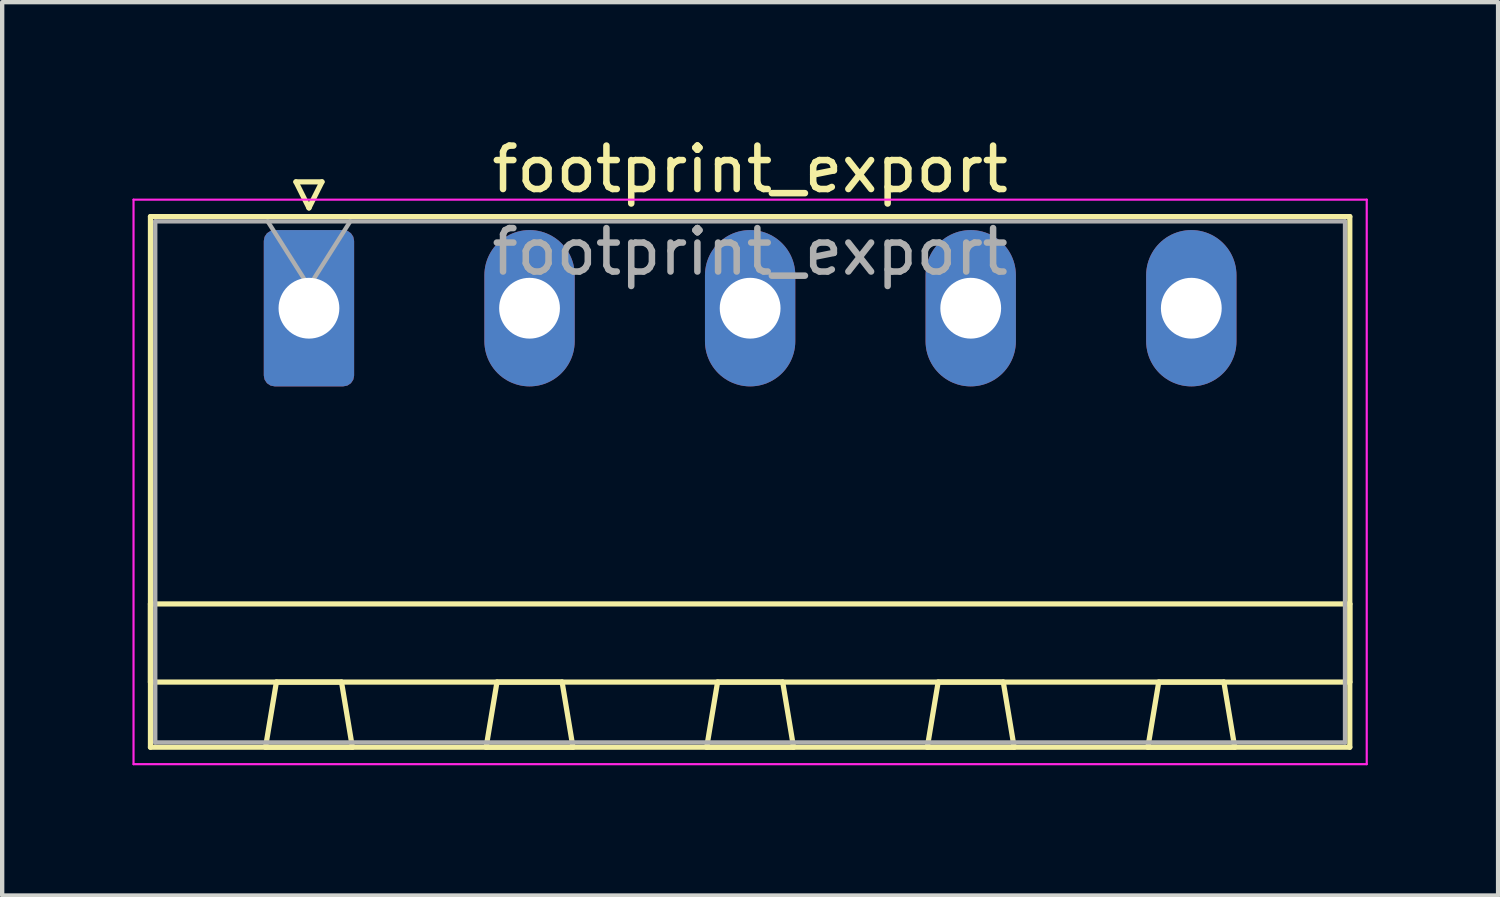
<source format=kicad_pcb>
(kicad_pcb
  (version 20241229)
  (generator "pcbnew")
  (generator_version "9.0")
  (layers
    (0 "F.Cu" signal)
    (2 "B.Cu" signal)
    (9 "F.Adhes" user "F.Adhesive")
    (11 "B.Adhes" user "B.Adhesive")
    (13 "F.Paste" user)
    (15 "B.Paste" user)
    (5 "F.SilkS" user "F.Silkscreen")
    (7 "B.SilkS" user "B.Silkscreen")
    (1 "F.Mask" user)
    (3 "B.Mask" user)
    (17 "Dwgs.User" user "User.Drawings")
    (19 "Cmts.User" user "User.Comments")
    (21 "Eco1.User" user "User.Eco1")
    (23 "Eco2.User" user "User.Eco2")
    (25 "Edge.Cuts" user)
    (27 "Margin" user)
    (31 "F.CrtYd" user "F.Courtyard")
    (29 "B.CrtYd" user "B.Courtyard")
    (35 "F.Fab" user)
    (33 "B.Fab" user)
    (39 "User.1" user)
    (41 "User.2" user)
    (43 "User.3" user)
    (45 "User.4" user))
  (footprint "footprint_export"
    (layer "F.Cu")
    (at 4.065 4.048)
    (property "Reference" "footprint_export" (at 10.16 -3.2 0) (layer "F.SilkS") (effects (font (size 1 1) (thickness 0.15))))
    (attr through_hole)
    (fp_line (start -3.65 -2.11) (end -3.65 10.11) (stroke (width 0.12) (type solid)) (layer "F.SilkS"))
    (fp_line (start -3.65 6.81) (end 23.97 6.81) (stroke (width 0.12) (type solid)) (layer "F.SilkS"))
    (fp_line (start -3.65 8.61) (end -3.65 6.81) (stroke (width 0.12) (type solid)) (layer "F.SilkS"))
    (fp_line (start -3.65 10.11) (end 23.97 10.11) (stroke (width 0.12) (type solid)) (layer "F.SilkS"))
    (fp_line (start -1 10.11) (end 1 10.11) (stroke (width 0.12) (type solid)) (layer "F.SilkS"))
    (fp_line (start -0.75 8.61) (end -1 10.11) (stroke (width 0.12) (type solid)) (layer "F.SilkS"))
    (fp_line (start -0.3 -2.91) (end 0.3 -2.91) (stroke (width 0.12) (type solid)) (layer "F.SilkS"))
    (fp_line (start 0 -2.31) (end -0.3 -2.91) (stroke (width 0.12) (type solid)) (layer "F.SilkS"))
    (fp_line (start 0.3 -2.91) (end 0 -2.31) (stroke (width 0.12) (type solid)) (layer "F.SilkS"))
    (fp_line (start 0.75 8.61) (end -0.75 8.61) (stroke (width 0.12) (type solid)) (layer "F.SilkS"))
    (fp_line (start 1 10.11) (end 0.75 8.61) (stroke (width 0.12) (type solid)) (layer "F.SilkS"))
    (fp_line (start 4.08 10.11) (end 6.08 10.11) (stroke (width 0.12) (type solid)) (layer "F.SilkS"))
    (fp_line (start 4.33 8.61) (end 4.08 10.11) (stroke (width 0.12) (type solid)) (layer "F.SilkS"))
    (fp_line (start 5.83 8.61) (end 4.33 8.61) (stroke (width 0.12) (type solid)) (layer "F.SilkS"))
    (fp_line (start 6.08 10.11) (end 5.83 8.61) (stroke (width 0.12) (type solid)) (layer "F.SilkS"))
    (fp_line (start 9.16 10.11) (end 11.16 10.11) (stroke (width 0.12) (type solid)) (layer "F.SilkS"))
    (fp_line (start 9.41 8.61) (end 9.16 10.11) (stroke (width 0.12) (type solid)) (layer "F.SilkS"))
    (fp_line (start 10.91 8.61) (end 9.41 8.61) (stroke (width 0.12) (type solid)) (layer "F.SilkS"))
    (fp_line (start 11.16 10.11) (end 10.91 8.61) (stroke (width 0.12) (type solid)) (layer "F.SilkS"))
    (fp_line (start 14.24 10.11) (end 16.24 10.11) (stroke (width 0.12) (type solid)) (layer "F.SilkS"))
    (fp_line (start 14.49 8.61) (end 14.24 10.11) (stroke (width 0.12) (type solid)) (layer "F.SilkS"))
    (fp_line (start 15.99 8.61) (end 14.49 8.61) (stroke (width 0.12) (type solid)) (layer "F.SilkS"))
    (fp_line (start 16.24 10.11) (end 15.99 8.61) (stroke (width 0.12) (type solid)) (layer "F.SilkS"))
    (fp_line (start 19.32 10.11) (end 21.32 10.11) (stroke (width 0.12) (type solid)) (layer "F.SilkS"))
    (fp_line (start 19.57 8.61) (end 19.32 10.11) (stroke (width 0.12) (type solid)) (layer "F.SilkS"))
    (fp_line (start 21.07 8.61) (end 19.57 8.61) (stroke (width 0.12) (type solid)) (layer "F.SilkS"))
    (fp_line (start 21.32 10.11) (end 21.07 8.61) (stroke (width 0.12) (type solid)) (layer "F.SilkS"))
    (fp_line (start 23.97 -2.11) (end -3.65 -2.11) (stroke (width 0.12) (type solid)) (layer "F.SilkS"))
    (fp_line (start 23.97 6.81) (end 23.97 8.61) (stroke (width 0.12) (type solid)) (layer "F.SilkS"))
    (fp_line (start 23.97 8.61) (end -3.65 8.61) (stroke (width 0.12) (type solid)) (layer "F.SilkS"))
    (fp_line (start 23.97 10.11) (end 23.97 -2.11) (stroke (width 0.12) (type solid)) (layer "F.SilkS"))
    (fp_line (start -4.04 -2.5) (end -4.04 10.5) (stroke (width 0.05) (type solid)) (layer "F.CrtYd"))
    (fp_line (start -4.04 10.5) (end 24.36 10.5) (stroke (width 0.05) (type solid)) (layer "F.CrtYd"))
    (fp_line (start 24.36 -2.5) (end -4.04 -2.5) (stroke (width 0.05) (type solid)) (layer "F.CrtYd"))
    (fp_line (start 24.36 10.5) (end 24.36 -2.5) (stroke (width 0.05) (type solid)) (layer "F.CrtYd"))
    (fp_line (start -3.54 -2) (end -3.54 10) (stroke (width 0.1) (type solid)) (layer "F.Fab"))
    (fp_line (start -3.54 10) (end 23.86 10) (stroke (width 0.1) (type solid)) (layer "F.Fab"))
    (fp_line (start 0 -0.5) (end -0.95 -2) (stroke (width 0.1) (type solid)) (layer "F.Fab"))
    (fp_line (start 0.95 -2) (end 0 -0.5) (stroke (width 0.1) (type solid)) (layer "F.Fab"))
    (fp_line (start 23.86 -2) (end -3.54 -2) (stroke (width 0.1) (type solid)) (layer "F.Fab"))
    (fp_line (start 23.86 10) (end 23.86 -2) (stroke (width 0.1) (type solid)) (layer "F.Fab"))
    (fp_text user "${REFERENCE}" (at 10.16 -1.3 0) (layer "F.Fab") (effects (font (size 1 1) (thickness 0.15))))
    (pad "1" thru_hole roundrect (at 0 0) (size 2.08 3.6) (drill 1.4) (layers "*.Cu" "*.Mask") (roundrect_rratio 0.12))
    (pad "2" thru_hole oval (at 5.08 0) (size 2.08 3.6) (drill 1.4) (layers "*.Cu" "*.Mask"))
    (pad "3" thru_hole oval (at 10.16 0) (size 2.08 3.6) (drill 1.4) (layers "*.Cu" "*.Mask"))
    (pad "4" thru_hole oval (at 15.24 0) (size 2.08 3.6) (drill 1.4) (layers "*.Cu" "*.Mask"))
    (pad "5" thru_hole oval (at 20.32 0) (size 2.08 3.6) (drill 1.4) (layers "*.Cu" "*.Mask")))
  (gr_rect
    (start -3 -3)
    (end 31.45 17.573)
    (stroke (width 0.1) (type default))
    (fill no)
    (layer "Edge.Cuts")))
</source>
